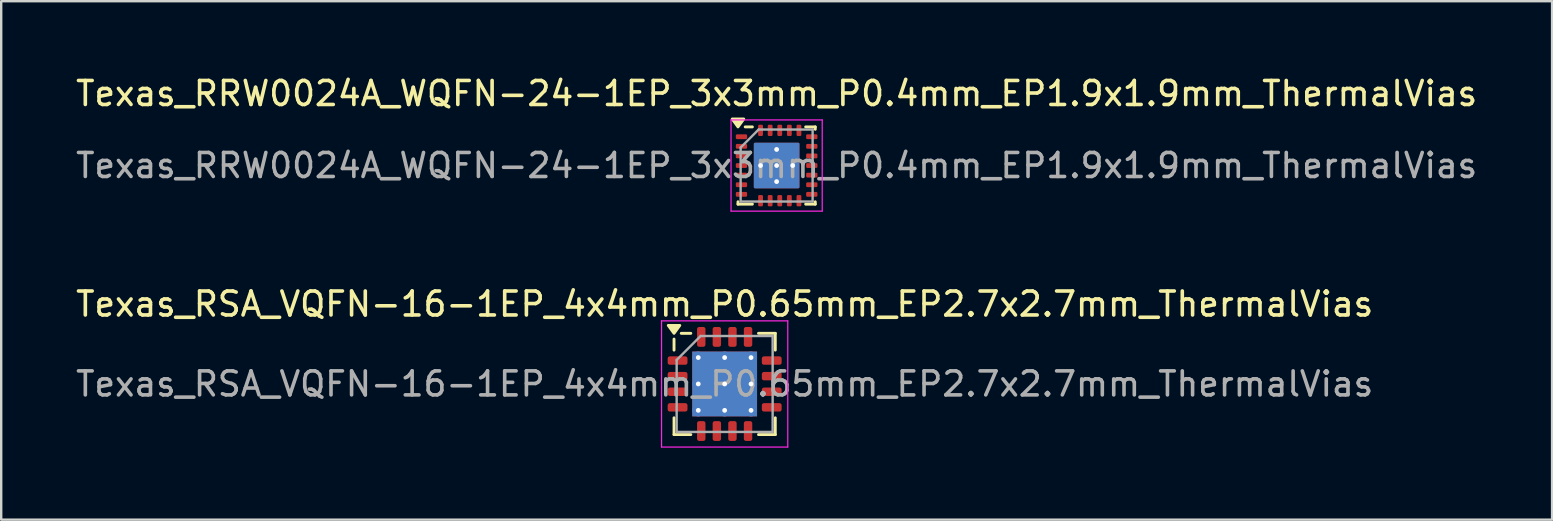
<source format=kicad_pcb>
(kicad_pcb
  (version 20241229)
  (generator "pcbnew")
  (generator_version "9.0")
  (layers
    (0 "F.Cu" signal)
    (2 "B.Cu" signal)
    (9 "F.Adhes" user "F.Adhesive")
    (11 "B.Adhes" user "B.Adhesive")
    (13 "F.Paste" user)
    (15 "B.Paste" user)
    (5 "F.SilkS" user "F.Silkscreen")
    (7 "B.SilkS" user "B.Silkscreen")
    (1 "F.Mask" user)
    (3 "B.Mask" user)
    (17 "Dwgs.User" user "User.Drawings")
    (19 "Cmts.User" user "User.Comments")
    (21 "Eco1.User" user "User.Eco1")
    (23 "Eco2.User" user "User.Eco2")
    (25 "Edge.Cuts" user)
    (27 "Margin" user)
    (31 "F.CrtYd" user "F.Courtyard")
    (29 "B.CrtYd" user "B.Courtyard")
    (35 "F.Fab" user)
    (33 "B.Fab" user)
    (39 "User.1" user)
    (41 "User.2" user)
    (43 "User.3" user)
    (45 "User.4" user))
  (footprint "Texas_RSA_VQFN-16-1EP_4x4mm_P0.65mm_EP2.7x2.7mm_ThermalVias"
    (layer "F.Cu")
    (at 27.149 12.951)
    (property "Reference" "Texas_RSA_VQFN-16-1EP_4x4mm_P0.65mm_EP2.7x2.7mm_ThermalVias" (at 0 -3.33 0) (layer "F.SilkS") (effects (font (size 1 1) (thickness 0.15))))
    (attr smd)
    (fp_line (start -2.11 -1.41) (end -2.11 -1.87) (stroke (width 0.12) (type solid)) (layer "F.SilkS"))
    (fp_line (start -2.11 2.11) (end -2.11 1.41) (stroke (width 0.12) (type solid)) (layer "F.SilkS"))
    (fp_line (start -1.41 -2.11) (end -1.81 -2.11) (stroke (width 0.12) (type solid)) (layer "F.SilkS"))
    (fp_line (start -1.41 2.11) (end -2.11 2.11) (stroke (width 0.12) (type solid)) (layer "F.SilkS"))
    (fp_line (start 1.41 -2.11) (end 2.11 -2.11) (stroke (width 0.12) (type solid)) (layer "F.SilkS"))
    (fp_line (start 1.41 2.11) (end 2.11 2.11) (stroke (width 0.12) (type solid)) (layer "F.SilkS"))
    (fp_line (start 2.11 -2.11) (end 2.11 -1.41) (stroke (width 0.12) (type solid)) (layer "F.SilkS"))
    (fp_line (start 2.11 2.11) (end 2.11 1.41) (stroke (width 0.12) (type solid)) (layer "F.SilkS"))
    (fp_poly (pts (xy -2.11 -2.11) (xy -2.35 -2.44) (xy -1.87 -2.44) (xy -2.11 -2.11)) (stroke (width 0.12) (type solid)) (fill yes) (layer "F.SilkS"))
    (fp_line (start -2.63 -2.63) (end -2.63 2.63) (stroke (width 0.05) (type solid)) (layer "F.CrtYd"))
    (fp_line (start -2.63 2.63) (end 2.63 2.63) (stroke (width 0.05) (type solid)) (layer "F.CrtYd"))
    (fp_line (start 2.63 -2.63) (end -2.63 -2.63) (stroke (width 0.05) (type solid)) (layer "F.CrtYd"))
    (fp_line (start 2.63 2.63) (end 2.63 -2.63) (stroke (width 0.05) (type solid)) (layer "F.CrtYd"))
    (fp_line (start -2 -1) (end -1 -2) (stroke (width 0.1) (type solid)) (layer "F.Fab"))
    (fp_line (start -2 2) (end -2 -1) (stroke (width 0.1) (type solid)) (layer "F.Fab"))
    (fp_line (start -1 -2) (end 2 -2) (stroke (width 0.1) (type solid)) (layer "F.Fab"))
    (fp_line (start 2 -2) (end 2 2) (stroke (width 0.1) (type solid)) (layer "F.Fab"))
    (fp_line (start 2 2) (end -2 2) (stroke (width 0.1) (type solid)) (layer "F.Fab"))
    (fp_text user "${REFERENCE}" (at 0 0 0) (layer "F.Fab") (effects (font (size 1 1) (thickness 0.15))))
    (pad "" smd roundrect (at -0.55 -0.55) (size 0.955 0.955) (layers "F.Paste") (roundrect_rratio 0.25))
    (pad "" smd roundrect (at -0.55 0.55) (size 0.955 0.955) (layers "F.Paste") (roundrect_rratio 0.25))
    (pad "" smd roundrect (at 0.55 -0.55) (size 0.955 0.955) (layers "F.Paste") (roundrect_rratio 0.25))
    (pad "" smd roundrect (at 0.55 0.55) (size 0.955 0.955) (layers "F.Paste") (roundrect_rratio 0.25))
    (pad "1" smd roundrect (at -1.962 -0.975) (size 0.825 0.35) (layers "F.Cu" "F.Mask" "F.Paste") (roundrect_rratio 0.25))
    (pad "2" smd roundrect (at -1.962 -0.325) (size 0.825 0.35) (layers "F.Cu" "F.Mask" "F.Paste") (roundrect_rratio 0.25))
    (pad "3" smd roundrect (at -1.962 0.325) (size 0.825 0.35) (layers "F.Cu" "F.Mask" "F.Paste") (roundrect_rratio 0.25))
    (pad "4" smd roundrect (at -1.962 0.975) (size 0.825 0.35) (layers "F.Cu" "F.Mask" "F.Paste") (roundrect_rratio 0.25))
    (pad "5" smd roundrect (at -0.975 1.962) (size 0.35 0.825) (layers "F.Cu" "F.Mask" "F.Paste") (roundrect_rratio 0.25))
    (pad "6" smd roundrect (at -0.325 1.962) (size 0.35 0.825) (layers "F.Cu" "F.Mask" "F.Paste") (roundrect_rratio 0.25))
    (pad "7" smd roundrect (at 0.325 1.962) (size 0.35 0.825) (layers "F.Cu" "F.Mask" "F.Paste") (roundrect_rratio 0.25))
    (pad "8" smd roundrect (at 0.975 1.962) (size 0.35 0.825) (layers "F.Cu" "F.Mask" "F.Paste") (roundrect_rratio 0.25))
    (pad "9" smd roundrect (at 1.962 0.975) (size 0.825 0.35) (layers "F.Cu" "F.Mask" "F.Paste") (roundrect_rratio 0.25))
    (pad "10" smd roundrect (at 1.962 0.325) (size 0.825 0.35) (layers "F.Cu" "F.Mask" "F.Paste") (roundrect_rratio 0.25))
    (pad "11" smd roundrect (at 1.962 -0.325) (size 0.825 0.35) (layers "F.Cu" "F.Mask" "F.Paste") (roundrect_rratio 0.25))
    (pad "12" smd roundrect (at 1.962 -0.975) (size 0.825 0.35) (layers "F.Cu" "F.Mask" "F.Paste") (roundrect_rratio 0.25))
    (pad "13" smd roundrect (at 0.975 -1.962) (size 0.35 0.825) (layers "F.Cu" "F.Mask" "F.Paste") (roundrect_rratio 0.25))
    (pad "14" smd roundrect (at 0.325 -1.962) (size 0.35 0.825) (layers "F.Cu" "F.Mask" "F.Paste") (roundrect_rratio 0.25))
    (pad "15" smd roundrect (at -0.325 -1.962) (size 0.35 0.825) (layers "F.Cu" "F.Mask" "F.Paste") (roundrect_rratio 0.25))
    (pad "16" smd roundrect (at -0.975 -1.962) (size 0.35 0.825) (layers "F.Cu" "F.Mask" "F.Paste") (roundrect_rratio 0.25))
    (pad "17" thru_hole circle (at -1.1 -1.1) (size 0.5 0.5) (drill 0.2) (property pad_prop_heatsink) (layers "*.Cu"))
    (pad "17" thru_hole circle (at -1.1 0) (size 0.5 0.5) (drill 0.2) (property pad_prop_heatsink) (layers "*.Cu"))
    (pad "17" thru_hole circle (at -1.1 1.1) (size 0.5 0.5) (drill 0.2) (property pad_prop_heatsink) (layers "*.Cu"))
    (pad "17" thru_hole circle (at 0 -1.1) (size 0.5 0.5) (drill 0.2) (property pad_prop_heatsink) (layers "*.Cu"))
    (pad "17" thru_hole circle (at 0 0) (size 0.5 0.5) (drill 0.2) (property pad_prop_heatsink) (layers "*.Cu"))
    (pad "17" smd rect (at 0 0) (size 2.7 2.7) (property pad_prop_heatsink) (layers "F.Cu" "F.Mask"))
    (pad "17" smd rect (at 0 0) (size 2.7 2.7) (property pad_prop_heatsink) (layers "B.Cu"))
    (pad "17" thru_hole circle (at 0 1.1) (size 0.5 0.5) (drill 0.2) (property pad_prop_heatsink) (layers "*.Cu"))
    (pad "17" thru_hole circle (at 1.1 -1.1) (size 0.5 0.5) (drill 0.2) (property pad_prop_heatsink) (layers "*.Cu"))
    (pad "17" thru_hole circle (at 1.1 0) (size 0.5 0.5) (drill 0.2) (property pad_prop_heatsink) (layers "*.Cu"))
    (pad "17" thru_hole circle (at 1.1 1.1) (size 0.5 0.5) (drill 0.2) (property pad_prop_heatsink) (layers "*.Cu")))
  (footprint "Texas_RRW0024A_WQFN-24-1EP_3x3mm_P0.4mm_EP1.9x1.9mm_ThermalVias"
    (layer "F.Cu")
    (at 29.315 3.848)
    (property "Reference" "Texas_RRW0024A_WQFN-24-1EP_3x3mm_P0.4mm_EP1.9x1.9mm_ThermalVias" (at 0 -3 0) (layer "F.SilkS") (effects (font (size 1 1) (thickness 0.15))))
    (attr smd)
    (fp_line (start -1.61 1.61) (end -1.61 1.51) (stroke (width 0.12) (type solid)) (layer "F.SilkS"))
    (fp_line (start -1.01 -1.61) (end -1.31 -1.61) (stroke (width 0.12) (type solid)) (layer "F.SilkS"))
    (fp_line (start -1.01 1.61) (end -1.61 1.61) (stroke (width 0.12) (type solid)) (layer "F.SilkS"))
    (fp_line (start 1.21 -1.61) (end 1.61 -1.61) (stroke (width 0.12) (type solid)) (layer "F.SilkS"))
    (fp_line (start 1.21 1.61) (end 1.61 1.61) (stroke (width 0.12) (type solid)) (layer "F.SilkS"))
    (fp_line (start 1.61 -1.61) (end 1.61 -1.51) (stroke (width 0.12) (type solid)) (layer "F.SilkS"))
    (fp_line (start 1.61 1.61) (end 1.61 1.51) (stroke (width 0.12) (type solid)) (layer "F.SilkS"))
    (fp_poly (pts (xy -1.61 -1.61) (xy -1.85 -1.94) (xy -1.37 -1.94) (xy -1.61 -1.61)) (stroke (width 0.12) (type solid)) (fill yes) (layer "F.SilkS"))
    (fp_line (start -1.9 -1.9) (end 1.9 -1.9) (stroke (width 0.05) (type solid)) (layer "F.CrtYd"))
    (fp_line (start -1.9 1.9) (end -1.9 -1.9) (stroke (width 0.05) (type solid)) (layer "F.CrtYd"))
    (fp_line (start 1.9 -1.9) (end 1.9 1.9) (stroke (width 0.05) (type solid)) (layer "F.CrtYd"))
    (fp_line (start 1.9 1.9) (end -1.9 1.9) (stroke (width 0.05) (type solid)) (layer "F.CrtYd"))
    (fp_line (start -1.5 -0.75) (end -1.5 1.5) (stroke (width 0.1) (type solid)) (layer "F.Fab"))
    (fp_line (start -1.5 1.5) (end 1.5 1.5) (stroke (width 0.1) (type solid)) (layer "F.Fab"))
    (fp_line (start -0.75 -1.5) (end -1.5 -0.75) (stroke (width 0.1) (type solid)) (layer "F.Fab"))
    (fp_line (start 1.5 -1.5) (end -0.75 -1.5) (stroke (width 0.1) (type solid)) (layer "F.Fab"))
    (fp_line (start 1.5 1.5) (end 1.5 -1.5) (stroke (width 0.1) (type solid)) (layer "F.Fab"))
    (fp_text user "${REFERENCE}" (at 0 0 0) (layer "F.Fab") (effects (font (size 1 1) (thickness 0.15))))
    (pad "" smd roundrect (at -0.47 -0.47) (size 0.75 0.75) (layers "F.Paste") (roundrect_rratio 0.067))
    (pad "" smd roundrect (at -0.47 0.47) (size 0.75 0.75) (layers "F.Paste") (roundrect_rratio 0.067))
    (pad "" smd roundrect (at 0.47 -0.47) (size 0.75 0.75) (layers "F.Paste") (roundrect_rratio 0.067))
    (pad "" smd roundrect (at 0.47 0.47) (size 0.75 0.75) (layers "F.Paste") (roundrect_rratio 0.067))
    (pad "1" smd roundrect (at -1.465 -1.2) (size 0.47 0.2) (layers "F.Cu" "F.Mask" "F.Paste") (roundrect_rratio 0.25))
    (pad "2" smd roundrect (at -1.465 -0.8) (size 0.47 0.2) (layers "F.Cu" "F.Mask" "F.Paste") (roundrect_rratio 0.25))
    (pad "3" smd roundrect (at -1.465 -0.4) (size 0.47 0.2) (layers "F.Cu" "F.Mask" "F.Paste") (roundrect_rratio 0.25))
    (pad "4" smd roundrect (at -1.465 0) (size 0.47 0.2) (layers "F.Cu" "F.Mask" "F.Paste") (roundrect_rratio 0.25))
    (pad "5" smd roundrect (at -1.465 0.4) (size 0.47 0.2) (layers "F.Cu" "F.Mask" "F.Paste") (roundrect_rratio 0.25))
    (pad "6" smd roundrect (at -1.465 0.8) (size 0.47 0.2) (layers "F.Cu" "F.Mask" "F.Paste") (roundrect_rratio 0.25))
    (pad "7" smd roundrect (at -1.465 1.2) (size 0.47 0.2) (layers "F.Cu" "F.Mask" "F.Paste") (roundrect_rratio 0.25))
    (pad "8" smd roundrect (at -0.67 1.465 90) (size 0.47 0.2) (layers "F.Cu" "F.Mask" "F.Paste") (roundrect_rratio 0.25))
    (pad "9" smd roundrect (at -0.27 1.465 90) (size 0.47 0.2) (layers "F.Cu" "F.Mask" "F.Paste") (roundrect_rratio 0.25))
    (pad "10" smd roundrect (at 0.13 1.465 90) (size 0.47 0.2) (layers "F.Cu" "F.Mask" "F.Paste") (roundrect_rratio 0.25))
    (pad "11" smd roundrect (at 0.53 1.465 90) (size 0.47 0.2) (layers "F.Cu" "F.Mask" "F.Paste") (roundrect_rratio 0.25))
    (pad "12" smd roundrect (at 0.93 1.465 90) (size 0.47 0.2) (layers "F.Cu" "F.Mask" "F.Paste") (roundrect_rratio 0.25))
    (pad "13" smd roundrect (at 1.465 1.2) (size 0.47 0.2) (layers "F.Cu" "F.Mask" "F.Paste") (roundrect_rratio 0.25))
    (pad "14" smd roundrect (at 1.465 0.8) (size 0.47 0.2) (layers "F.Cu" "F.Mask" "F.Paste") (roundrect_rratio 0.25))
    (pad "15" smd roundrect (at 1.465 0.4) (size 0.47 0.2) (layers "F.Cu" "F.Mask" "F.Paste") (roundrect_rratio 0.25))
    (pad "16" smd roundrect (at 1.465 0) (size 0.47 0.2) (layers "F.Cu" "F.Mask" "F.Paste") (roundrect_rratio 0.25))
    (pad "17" smd roundrect (at 1.465 -0.4) (size 0.47 0.2) (layers "F.Cu" "F.Mask" "F.Paste") (roundrect_rratio 0.25))
    (pad "18" smd roundrect (at 1.465 -0.8) (size 0.47 0.2) (layers "F.Cu" "F.Mask" "F.Paste") (roundrect_rratio 0.25))
    (pad "19" smd roundrect (at 1.465 -1.2) (size 0.47 0.2) (layers "F.Cu" "F.Mask" "F.Paste") (roundrect_rratio 0.25))
    (pad "20" smd roundrect (at 0.93 -1.465 90) (size 0.47 0.2) (layers "F.Cu" "F.Mask" "F.Paste") (roundrect_rratio 0.25))
    (pad "21" smd roundrect (at 0.53 -1.465 90) (size 0.47 0.2) (layers "F.Cu" "F.Mask" "F.Paste") (roundrect_rratio 0.25))
    (pad "22" smd roundrect (at 0.13 -1.465 90) (size 0.47 0.2) (layers "F.Cu" "F.Mask" "F.Paste") (roundrect_rratio 0.25))
    (pad "23" smd roundrect (at -0.27 -1.465 90) (size 0.47 0.2) (layers "F.Cu" "F.Mask" "F.Paste") (roundrect_rratio 0.25))
    (pad "24" smd roundrect (at -0.67 -1.465 90) (size 0.47 0.2) (layers "F.Cu" "F.Mask" "F.Paste") (roundrect_rratio 0.25))
    (pad "25" thru_hole circle (at -0.67 0) (size 0.5 0.5) (drill 0.2) (layers "*.Cu" "*.Mask"))
    (pad "25" thru_hole circle (at 0 -0.67) (size 0.5 0.5) (drill 0.2) (layers "*.Cu" "*.Mask"))
    (pad "25" thru_hole circle (at 0 0) (size 0.5 0.5) (drill 0.2) (layers "*.Cu" "*.Mask"))
    (pad "25" smd roundrect (at 0 0) (size 1.9 1.9) (property pad_prop_heatsink) (layers "F.Cu" "F.Mask") (roundrect_rratio 0.026))
    (pad "25" smd roundrect (at 0 0) (size 1.9 1.9) (layers "B.Cu") (roundrect_rratio 0.026))
    (pad "25" thru_hole circle (at 0 0.67) (size 0.5 0.5) (drill 0.2) (layers "*.Cu" "*.Mask"))
    (pad "25" thru_hole circle (at 0.67 0) (size 0.5 0.5) (drill 0.2) (layers "*.Cu" "*.Mask")))
  (gr_rect
    (start -3 -3)
    (end 61.631 18.607)
    (stroke (width 0.1) (type default))
    (fill no)
    (layer "Edge.Cuts")))
</source>
